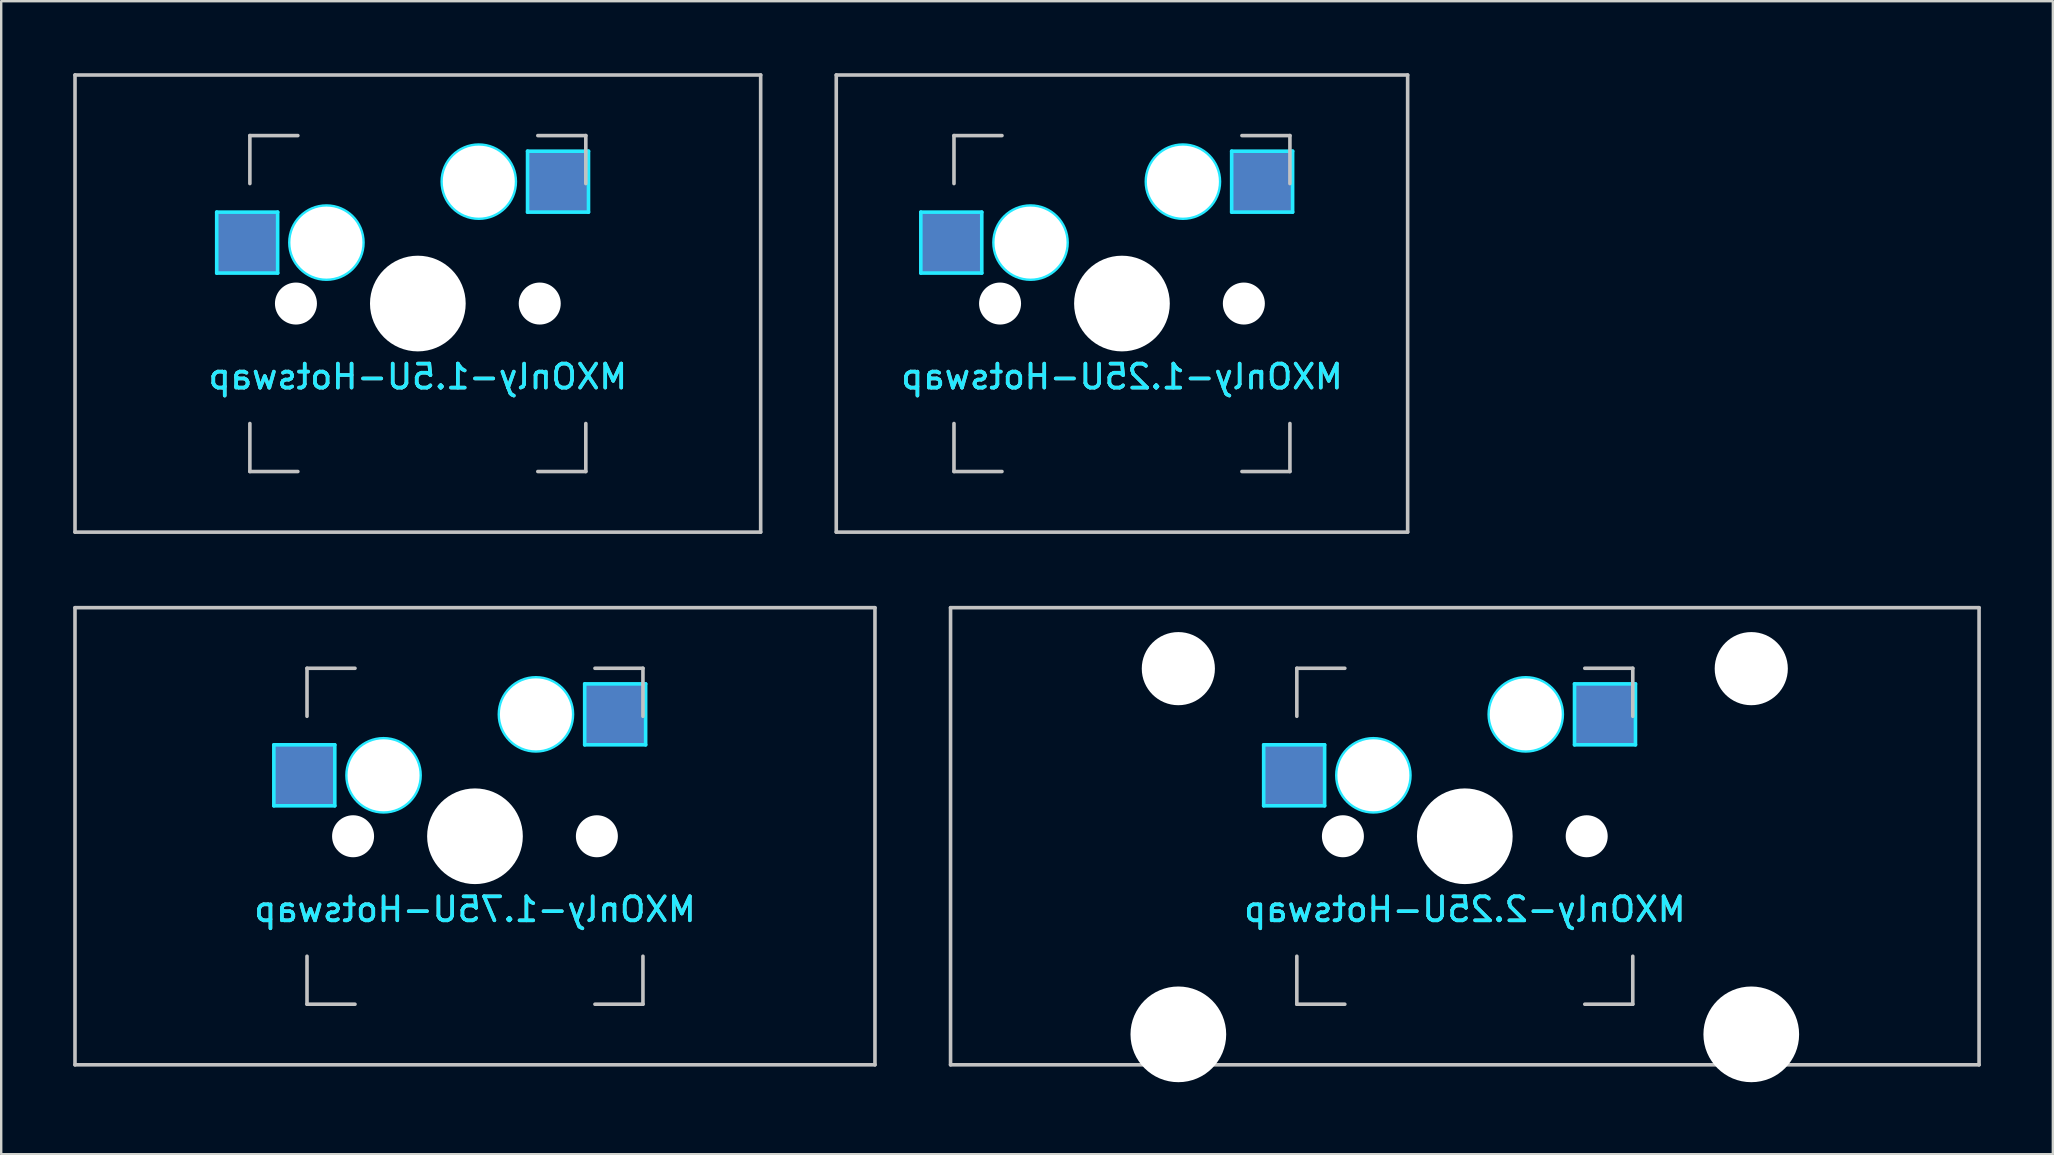
<source format=kicad_pcb>
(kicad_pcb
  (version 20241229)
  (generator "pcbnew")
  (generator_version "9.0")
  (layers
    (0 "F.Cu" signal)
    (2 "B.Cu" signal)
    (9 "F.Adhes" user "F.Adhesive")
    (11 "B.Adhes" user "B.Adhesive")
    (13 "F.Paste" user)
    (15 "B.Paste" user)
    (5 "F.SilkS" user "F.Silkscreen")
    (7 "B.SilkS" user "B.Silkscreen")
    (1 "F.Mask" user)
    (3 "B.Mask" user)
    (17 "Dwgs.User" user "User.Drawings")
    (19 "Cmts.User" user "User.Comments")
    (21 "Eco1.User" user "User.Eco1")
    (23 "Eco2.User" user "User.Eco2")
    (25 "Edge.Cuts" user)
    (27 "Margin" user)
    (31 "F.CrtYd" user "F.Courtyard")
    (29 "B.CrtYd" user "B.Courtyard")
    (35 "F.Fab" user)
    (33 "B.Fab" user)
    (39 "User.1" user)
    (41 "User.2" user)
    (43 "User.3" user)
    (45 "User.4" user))
  (footprint "MXOnly-1.5U-Hotswap"
    (layer "F.Cu")
    (at 14.363 9.6)
    (property "Reference" "MXOnly-1.5U-Hotswap" (at 0 3.048 0) (layer "B.CrtYd") (effects (font (size 1 1) (thickness 0.15)) (justify mirror)))
    (attr smd)
    (fp_line (start -14.287 -9.525) (end 14.287 -9.525) (stroke (width 0.15) (type solid)) (layer "Dwgs.User"))
    (fp_line (start -14.287 9.525) (end -14.287 -9.525) (stroke (width 0.15) (type solid)) (layer "Dwgs.User"))
    (fp_line (start -7 -7) (end -7 -5) (stroke (width 0.15) (type solid)) (layer "Dwgs.User"))
    (fp_line (start -7 5) (end -7 7) (stroke (width 0.15) (type solid)) (layer "Dwgs.User"))
    (fp_line (start -7 7) (end -5 7) (stroke (width 0.15) (type solid)) (layer "Dwgs.User"))
    (fp_line (start -5 -7) (end -7 -7) (stroke (width 0.15) (type solid)) (layer "Dwgs.User"))
    (fp_line (start 5 -7) (end 7 -7) (stroke (width 0.15) (type solid)) (layer "Dwgs.User"))
    (fp_line (start 5 7) (end 7 7) (stroke (width 0.15) (type solid)) (layer "Dwgs.User"))
    (fp_line (start 7 -7) (end 7 -5) (stroke (width 0.15) (type solid)) (layer "Dwgs.User"))
    (fp_line (start 7 7) (end 7 5) (stroke (width 0.15) (type solid)) (layer "Dwgs.User"))
    (fp_line (start 14.287 -9.525) (end 14.287 9.525) (stroke (width 0.15) (type solid)) (layer "Dwgs.User"))
    (fp_line (start 14.287 9.525) (end -14.287 9.525) (stroke (width 0.15) (type solid)) (layer "Dwgs.User"))
    (fp_line (start -8.382 -3.81) (end -5.842 -3.81) (stroke (width 0.15) (type solid)) (layer "B.CrtYd"))
    (fp_line (start -8.382 -1.27) (end -8.382 -3.81) (stroke (width 0.15) (type solid)) (layer "B.CrtYd"))
    (fp_line (start -5.842 -3.81) (end -5.842 -1.27) (stroke (width 0.15) (type solid)) (layer "B.CrtYd"))
    (fp_line (start -5.842 -1.27) (end -8.382 -1.27) (stroke (width 0.15) (type solid)) (layer "B.CrtYd"))
    (fp_line (start 4.572 -6.35) (end 7.112 -6.35) (stroke (width 0.15) (type solid)) (layer "B.CrtYd"))
    (fp_line (start 4.572 -3.81) (end 4.572 -6.35) (stroke (width 0.15) (type solid)) (layer "B.CrtYd"))
    (fp_line (start 7.112 -6.35) (end 7.112 -3.81) (stroke (width 0.15) (type solid)) (layer "B.CrtYd"))
    (fp_line (start 7.112 -3.81) (end 4.572 -3.81) (stroke (width 0.15) (type solid)) (layer "B.CrtYd"))
    (fp_circle (center -3.81 -2.54) (end -3.81 -4.064) (stroke (width 0.15) (type solid)) (fill no) (layer "B.CrtYd"))
    (fp_circle (center 2.54 -5.08) (end 2.54 -6.604) (stroke (width 0.15) (type solid)) (fill no) (layer "B.CrtYd"))
    (fp_text user "${REFERENCE}" (at 0 3.048 0) (layer "B.SilkS") (effects (font (size 1 1) (thickness 0.15)) (justify mirror)))
    (pad "" np_thru_hole circle (at -5.08 0 48.1) (size 1.75 1.75) (drill 1.75) (layers "*.Cu" "*.Mask"))
    (pad "" np_thru_hole circle (at -3.81 -2.54) (size 3 3) (drill 3) (layers "*.Cu" "*.Mask"))
    (pad "" np_thru_hole circle (at 0 0) (size 3.988 3.988) (drill 3.988) (layers "*.Cu" "*.Mask"))
    (pad "" np_thru_hole circle (at 2.54 -5.08) (size 3 3) (drill 3) (layers "*.Cu" "*.Mask"))
    (pad "" np_thru_hole circle (at 5.08 0 48.1) (size 1.75 1.75) (drill 1.75) (layers "*.Cu" "*.Mask"))
    (pad "1" smd rect (at -7.085 -2.54) (size 2.55 2.5) (layers "B.Cu" "B.Mask" "B.Paste"))
    (pad "2" smd rect (at 5.842 -5.08) (size 2.55 2.5) (layers "B.Cu" "B.Mask" "B.Paste")))
  (footprint "MXOnly-1.75U-Hotswap"
    (layer "F.Cu")
    (at 16.744 31.8)
    (property "Reference" "MXOnly-1.75U-Hotswap" (at 0 3.048 0) (layer "B.CrtYd") (effects (font (size 1 1) (thickness 0.15)) (justify mirror)))
    (attr smd)
    (fp_line (start -16.669 -9.525) (end 16.669 -9.525) (stroke (width 0.15) (type solid)) (layer "Dwgs.User"))
    (fp_line (start -16.669 9.525) (end -16.669 -9.525) (stroke (width 0.15) (type solid)) (layer "Dwgs.User"))
    (fp_line (start -7 -7) (end -7 -5) (stroke (width 0.15) (type solid)) (layer "Dwgs.User"))
    (fp_line (start -7 5) (end -7 7) (stroke (width 0.15) (type solid)) (layer "Dwgs.User"))
    (fp_line (start -7 7) (end -5 7) (stroke (width 0.15) (type solid)) (layer "Dwgs.User"))
    (fp_line (start -5 -7) (end -7 -7) (stroke (width 0.15) (type solid)) (layer "Dwgs.User"))
    (fp_line (start 5 -7) (end 7 -7) (stroke (width 0.15) (type solid)) (layer "Dwgs.User"))
    (fp_line (start 5 7) (end 7 7) (stroke (width 0.15) (type solid)) (layer "Dwgs.User"))
    (fp_line (start 7 -7) (end 7 -5) (stroke (width 0.15) (type solid)) (layer "Dwgs.User"))
    (fp_line (start 7 7) (end 7 5) (stroke (width 0.15) (type solid)) (layer "Dwgs.User"))
    (fp_line (start 16.669 -9.525) (end 16.669 9.525) (stroke (width 0.15) (type solid)) (layer "Dwgs.User"))
    (fp_line (start 16.669 9.525) (end -16.669 9.525) (stroke (width 0.15) (type solid)) (layer "Dwgs.User"))
    (fp_line (start -8.382 -3.81) (end -5.842 -3.81) (stroke (width 0.15) (type solid)) (layer "B.CrtYd"))
    (fp_line (start -8.382 -1.27) (end -8.382 -3.81) (stroke (width 0.15) (type solid)) (layer "B.CrtYd"))
    (fp_line (start -5.842 -3.81) (end -5.842 -1.27) (stroke (width 0.15) (type solid)) (layer "B.CrtYd"))
    (fp_line (start -5.842 -1.27) (end -8.382 -1.27) (stroke (width 0.15) (type solid)) (layer "B.CrtYd"))
    (fp_line (start 4.572 -6.35) (end 7.112 -6.35) (stroke (width 0.15) (type solid)) (layer "B.CrtYd"))
    (fp_line (start 4.572 -3.81) (end 4.572 -6.35) (stroke (width 0.15) (type solid)) (layer "B.CrtYd"))
    (fp_line (start 7.112 -6.35) (end 7.112 -3.81) (stroke (width 0.15) (type solid)) (layer "B.CrtYd"))
    (fp_line (start 7.112 -3.81) (end 4.572 -3.81) (stroke (width 0.15) (type solid)) (layer "B.CrtYd"))
    (fp_circle (center -3.81 -2.54) (end -3.81 -4.064) (stroke (width 0.15) (type solid)) (fill no) (layer "B.CrtYd"))
    (fp_circle (center 2.54 -5.08) (end 2.54 -6.604) (stroke (width 0.15) (type solid)) (fill no) (layer "B.CrtYd"))
    (fp_text user "${REFERENCE}" (at 0 3.048 0) (layer "B.SilkS") (effects (font (size 1 1) (thickness 0.15)) (justify mirror)))
    (pad "" np_thru_hole circle (at -5.08 0 48.1) (size 1.75 1.75) (drill 1.75) (layers "*.Cu" "*.Mask"))
    (pad "" np_thru_hole circle (at -3.81 -2.54) (size 3 3) (drill 3) (layers "*.Cu" "*.Mask"))
    (pad "" np_thru_hole circle (at 0 0) (size 3.988 3.988) (drill 3.988) (layers "*.Cu" "*.Mask"))
    (pad "" np_thru_hole circle (at 2.54 -5.08) (size 3 3) (drill 3) (layers "*.Cu" "*.Mask"))
    (pad "" np_thru_hole circle (at 5.08 0 48.1) (size 1.75 1.75) (drill 1.75) (layers "*.Cu" "*.Mask"))
    (pad "1" smd rect (at -7.085 -2.54) (size 2.55 2.5) (layers "B.Cu" "B.Mask" "B.Paste"))
    (pad "2" smd rect (at 5.842 -5.08) (size 2.55 2.5) (layers "B.Cu" "B.Mask" "B.Paste")))
  (footprint "MXOnly-2.25U-Hotswap"
    (layer "F.Cu")
    (at 57.994 31.8)
    (property "Reference" "MXOnly-2.25U-Hotswap" (at 0 3.048 0) (layer "B.CrtYd") (effects (font (size 1 1) (thickness 0.15)) (justify mirror)))
    (attr smd)
    (fp_line (start -21.431 -9.525) (end 21.431 -9.525) (stroke (width 0.15) (type solid)) (layer "Dwgs.User"))
    (fp_line (start -21.431 9.525) (end -21.431 -9.525) (stroke (width 0.15) (type solid)) (layer "Dwgs.User"))
    (fp_line (start -7 -7) (end -7 -5) (stroke (width 0.15) (type solid)) (layer "Dwgs.User"))
    (fp_line (start -7 5) (end -7 7) (stroke (width 0.15) (type solid)) (layer "Dwgs.User"))
    (fp_line (start -7 7) (end -5 7) (stroke (width 0.15) (type solid)) (layer "Dwgs.User"))
    (fp_line (start -5 -7) (end -7 -7) (stroke (width 0.15) (type solid)) (layer "Dwgs.User"))
    (fp_line (start 5 -7) (end 7 -7) (stroke (width 0.15) (type solid)) (layer "Dwgs.User"))
    (fp_line (start 5 7) (end 7 7) (stroke (width 0.15) (type solid)) (layer "Dwgs.User"))
    (fp_line (start 7 -7) (end 7 -5) (stroke (width 0.15) (type solid)) (layer "Dwgs.User"))
    (fp_line (start 7 7) (end 7 5) (stroke (width 0.15) (type solid)) (layer "Dwgs.User"))
    (fp_line (start 21.431 -9.525) (end 21.431 9.525) (stroke (width 0.15) (type solid)) (layer "Dwgs.User"))
    (fp_line (start 21.431 9.525) (end -21.431 9.525) (stroke (width 0.15) (type solid)) (layer "Dwgs.User"))
    (fp_line (start -8.382 -3.81) (end -5.842 -3.81) (stroke (width 0.15) (type solid)) (layer "B.CrtYd"))
    (fp_line (start -8.382 -1.27) (end -8.382 -3.81) (stroke (width 0.15) (type solid)) (layer "B.CrtYd"))
    (fp_line (start -5.842 -3.81) (end -5.842 -1.27) (stroke (width 0.15) (type solid)) (layer "B.CrtYd"))
    (fp_line (start -5.842 -1.27) (end -8.382 -1.27) (stroke (width 0.15) (type solid)) (layer "B.CrtYd"))
    (fp_line (start 4.572 -6.35) (end 7.112 -6.35) (stroke (width 0.15) (type solid)) (layer "B.CrtYd"))
    (fp_line (start 4.572 -3.81) (end 4.572 -6.35) (stroke (width 0.15) (type solid)) (layer "B.CrtYd"))
    (fp_line (start 7.112 -6.35) (end 7.112 -3.81) (stroke (width 0.15) (type solid)) (layer "B.CrtYd"))
    (fp_line (start 7.112 -3.81) (end 4.572 -3.81) (stroke (width 0.15) (type solid)) (layer "B.CrtYd"))
    (fp_circle (center -3.81 -2.54) (end -3.81 -4.064) (stroke (width 0.15) (type solid)) (fill no) (layer "B.CrtYd"))
    (fp_circle (center 2.54 -5.08) (end 2.54 -6.604) (stroke (width 0.15) (type solid)) (fill no) (layer "B.CrtYd"))
    (fp_text user "${REFERENCE}" (at 0 3.048 0) (layer "B.SilkS") (effects (font (size 1 1) (thickness 0.15)) (justify mirror)))
    (pad "" np_thru_hole circle (at -11.938 -6.985) (size 3.048 3.048) (drill 3.048) (layers "*.Cu" "*.Mask"))
    (pad "" np_thru_hole circle (at -11.938 8.255) (size 3.988 3.988) (drill 3.988) (layers "*.Cu" "*.Mask"))
    (pad "" np_thru_hole circle (at -5.08 0 48.1) (size 1.75 1.75) (drill 1.75) (layers "*.Cu" "*.Mask"))
    (pad "" np_thru_hole circle (at -3.81 -2.54) (size 3 3) (drill 3) (layers "*.Cu" "*.Mask"))
    (pad "" np_thru_hole circle (at 0 0) (size 3.988 3.988) (drill 3.988) (layers "*.Cu" "*.Mask"))
    (pad "" np_thru_hole circle (at 2.54 -5.08) (size 3 3) (drill 3) (layers "*.Cu" "*.Mask"))
    (pad "" np_thru_hole circle (at 5.08 0 48.1) (size 1.75 1.75) (drill 1.75) (layers "*.Cu" "*.Mask"))
    (pad "" np_thru_hole circle (at 11.938 -6.985) (size 3.048 3.048) (drill 3.048) (layers "*.Cu" "*.Mask"))
    (pad "" np_thru_hole circle (at 11.938 8.255) (size 3.988 3.988) (drill 3.988) (layers "*.Cu" "*.Mask"))
    (pad "1" smd rect (at -7.085 -2.54) (size 2.55 2.5) (layers "B.Cu" "B.Mask" "B.Paste"))
    (pad "2" smd rect (at 5.842 -5.08) (size 2.55 2.5) (layers "B.Cu" "B.Mask" "B.Paste")))
  (footprint "MXOnly-1.25U-Hotswap"
    (layer "F.Cu")
    (at 43.706 9.6)
    (property "Reference" "MXOnly-1.25U-Hotswap" (at 0 3.048 0) (layer "B.CrtYd") (effects (font (size 1 1) (thickness 0.15)) (justify mirror)))
    (attr smd)
    (fp_line (start -11.906 -9.525) (end 11.906 -9.525) (stroke (width 0.15) (type solid)) (layer "Dwgs.User"))
    (fp_line (start -11.906 9.525) (end -11.906 -9.525) (stroke (width 0.15) (type solid)) (layer "Dwgs.User"))
    (fp_line (start -7 -7) (end -7 -5) (stroke (width 0.15) (type solid)) (layer "Dwgs.User"))
    (fp_line (start -7 5) (end -7 7) (stroke (width 0.15) (type solid)) (layer "Dwgs.User"))
    (fp_line (start -7 7) (end -5 7) (stroke (width 0.15) (type solid)) (layer "Dwgs.User"))
    (fp_line (start -5 -7) (end -7 -7) (stroke (width 0.15) (type solid)) (layer "Dwgs.User"))
    (fp_line (start 5 -7) (end 7 -7) (stroke (width 0.15) (type solid)) (layer "Dwgs.User"))
    (fp_line (start 5 7) (end 7 7) (stroke (width 0.15) (type solid)) (layer "Dwgs.User"))
    (fp_line (start 7 -7) (end 7 -5) (stroke (width 0.15) (type solid)) (layer "Dwgs.User"))
    (fp_line (start 7 7) (end 7 5) (stroke (width 0.15) (type solid)) (layer "Dwgs.User"))
    (fp_line (start 11.906 -9.525) (end 11.906 9.525) (stroke (width 0.15) (type solid)) (layer "Dwgs.User"))
    (fp_line (start 11.906 9.525) (end -11.906 9.525) (stroke (width 0.15) (type solid)) (layer "Dwgs.User"))
    (fp_line (start -8.382 -3.81) (end -5.842 -3.81) (stroke (width 0.15) (type solid)) (layer "B.CrtYd"))
    (fp_line (start -8.382 -1.27) (end -8.382 -3.81) (stroke (width 0.15) (type solid)) (layer "B.CrtYd"))
    (fp_line (start -5.842 -3.81) (end -5.842 -1.27) (stroke (width 0.15) (type solid)) (layer "B.CrtYd"))
    (fp_line (start -5.842 -1.27) (end -8.382 -1.27) (stroke (width 0.15) (type solid)) (layer "B.CrtYd"))
    (fp_line (start 4.572 -6.35) (end 7.112 -6.35) (stroke (width 0.15) (type solid)) (layer "B.CrtYd"))
    (fp_line (start 4.572 -3.81) (end 4.572 -6.35) (stroke (width 0.15) (type solid)) (layer "B.CrtYd"))
    (fp_line (start 7.112 -6.35) (end 7.112 -3.81) (stroke (width 0.15) (type solid)) (layer "B.CrtYd"))
    (fp_line (start 7.112 -3.81) (end 4.572 -3.81) (stroke (width 0.15) (type solid)) (layer "B.CrtYd"))
    (fp_circle (center -3.81 -2.54) (end -3.81 -4.064) (stroke (width 0.15) (type solid)) (fill no) (layer "B.CrtYd"))
    (fp_circle (center 2.54 -5.08) (end 2.54 -6.604) (stroke (width 0.15) (type solid)) (fill no) (layer "B.CrtYd"))
    (fp_text user "${REFERENCE}" (at 0 3.048 0) (layer "B.SilkS") (effects (font (size 1 1) (thickness 0.15)) (justify mirror)))
    (pad "" np_thru_hole circle (at -5.08 0 48.1) (size 1.75 1.75) (drill 1.75) (layers "*.Cu" "*.Mask"))
    (pad "" np_thru_hole circle (at -3.81 -2.54) (size 3 3) (drill 3) (layers "*.Cu" "*.Mask"))
    (pad "" np_thru_hole circle (at 0 0) (size 3.988 3.988) (drill 3.988) (layers "*.Cu" "*.Mask"))
    (pad "" np_thru_hole circle (at 2.54 -5.08) (size 3 3) (drill 3) (layers "*.Cu" "*.Mask"))
    (pad "" np_thru_hole circle (at 5.08 0 48.1) (size 1.75 1.75) (drill 1.75) (layers "*.Cu" "*.Mask"))
    (pad "1" smd rect (at -7.085 -2.54) (size 2.55 2.5) (layers "B.Cu" "B.Mask" "B.Paste"))
    (pad "2" smd rect (at 5.842 -5.08) (size 2.55 2.5) (layers "B.Cu" "B.Mask" "B.Paste")))
  (gr_rect
    (start -3 -3)
    (end 82.5 45.049)
    (stroke (width 0.1) (type default))
    (fill no)
    (layer "Edge.Cuts")))
</source>
